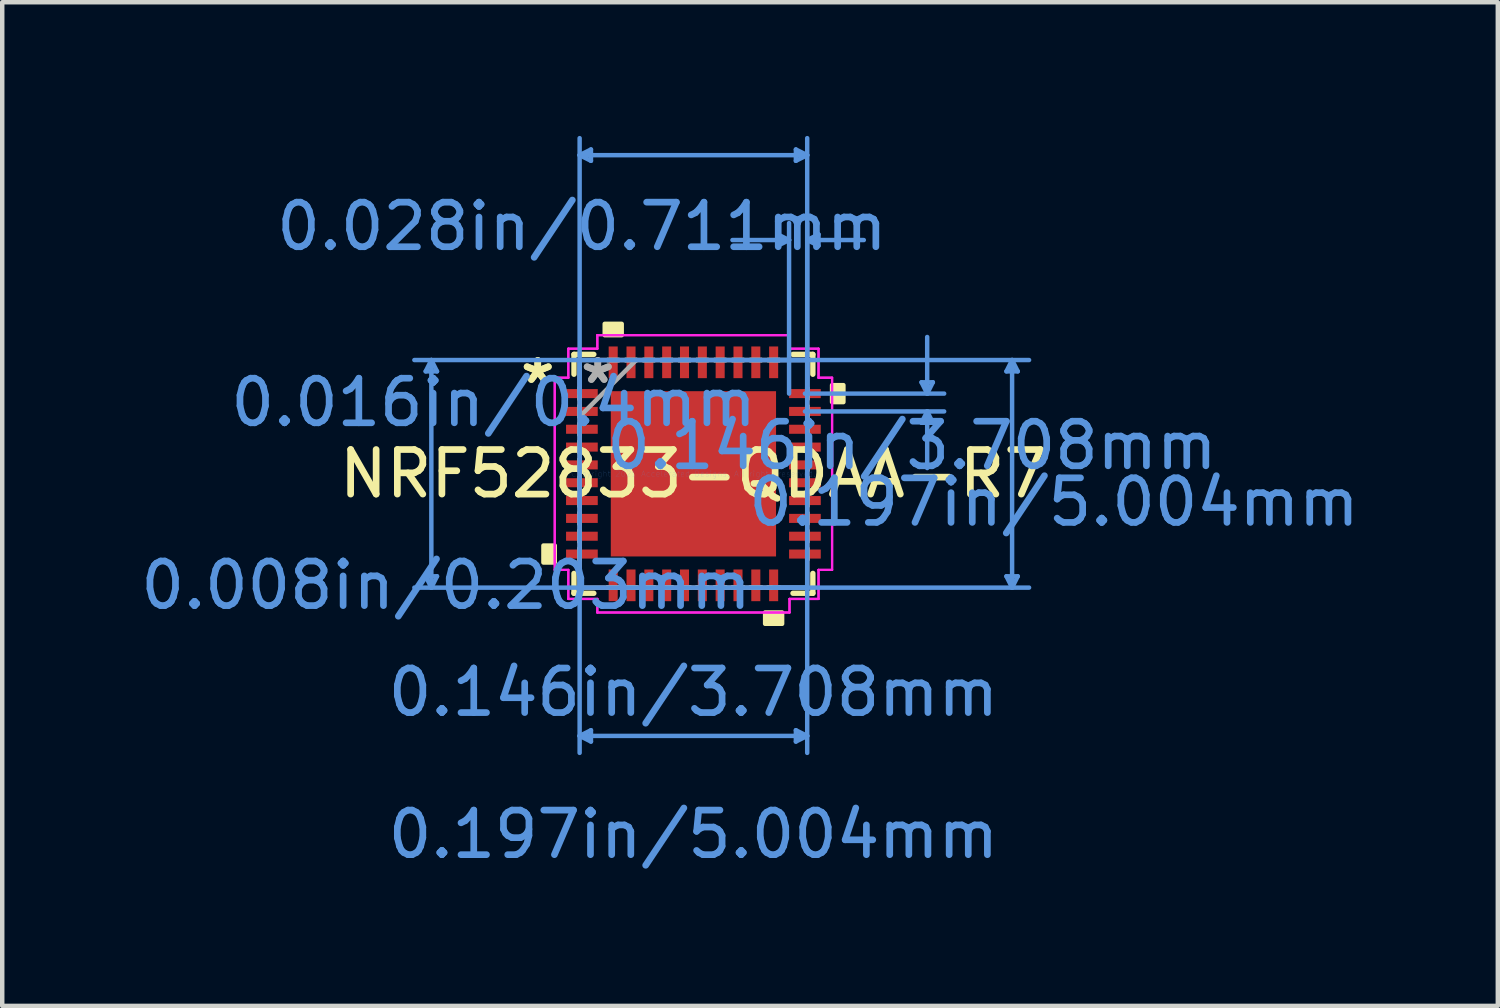
<source format=kicad_pcb>
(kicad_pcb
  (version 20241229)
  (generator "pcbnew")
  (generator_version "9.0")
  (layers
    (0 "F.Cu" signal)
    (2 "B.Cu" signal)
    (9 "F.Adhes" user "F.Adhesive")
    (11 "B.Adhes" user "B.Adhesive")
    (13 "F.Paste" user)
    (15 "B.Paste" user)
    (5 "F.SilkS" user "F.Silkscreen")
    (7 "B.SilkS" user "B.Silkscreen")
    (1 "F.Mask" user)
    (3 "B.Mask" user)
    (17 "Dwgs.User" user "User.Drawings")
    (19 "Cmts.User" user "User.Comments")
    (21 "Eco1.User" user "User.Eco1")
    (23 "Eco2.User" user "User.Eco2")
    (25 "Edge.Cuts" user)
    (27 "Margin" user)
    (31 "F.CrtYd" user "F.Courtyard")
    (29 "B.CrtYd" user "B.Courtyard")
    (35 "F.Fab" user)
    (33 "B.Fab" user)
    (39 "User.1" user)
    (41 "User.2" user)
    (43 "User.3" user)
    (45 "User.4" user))
  (footprint "NRF52833-QDAA-R7"
    (layer "F.Cu")
    (at 12.508 7.581)
    (property "Reference" "NRF52833-QDAA-R7" (at 0 0 0) (layer "F.SilkS") (effects (font (size 1 1) (thickness 0.15))))
    (attr through_hole)
    (fp_line (start -2.68 -2.68) (end -2.68 -2.234) (stroke (width 0.12) (type solid)) (layer "F.SilkS"))
    (fp_line (start -2.68 2.234) (end -2.68 2.68) (stroke (width 0.12) (type solid)) (layer "F.SilkS"))
    (fp_line (start -2.68 2.68) (end -2.234 2.68) (stroke (width 0.12) (type solid)) (layer "F.SilkS"))
    (fp_line (start -2.234 -2.68) (end -2.68 -2.68) (stroke (width 0.12) (type solid)) (layer "F.SilkS"))
    (fp_line (start 2.234 2.68) (end 2.68 2.68) (stroke (width 0.12) (type solid)) (layer "F.SilkS"))
    (fp_line (start 2.68 -2.68) (end 2.234 -2.68) (stroke (width 0.12) (type solid)) (layer "F.SilkS"))
    (fp_line (start 2.68 -2.234) (end 2.68 -2.68) (stroke (width 0.12) (type solid)) (layer "F.SilkS"))
    (fp_line (start 2.68 2.68) (end 2.68 2.234) (stroke (width 0.12) (type solid)) (layer "F.SilkS"))
    (fp_poly (pts (xy -3.365 1.609) (xy -3.365 1.99) (xy -3.111 1.99) (xy -3.111 1.609)) (stroke (width 0.1) (type solid)) (fill yes) (layer "F.SilkS"))
    (fp_poly (pts (xy -1.99 -3.111) (xy -1.99 -3.365) (xy -1.609 -3.365) (xy -1.609 -3.111)) (stroke (width 0.1) (type solid)) (fill yes) (layer "F.SilkS"))
    (fp_poly (pts (xy 1.609 3.111) (xy 1.609 3.365) (xy 1.99 3.365) (xy 1.99 3.111)) (stroke (width 0.1) (type solid)) (fill yes) (layer "F.SilkS"))
    (fp_poly (pts (xy 3.365 -1.99) (xy 3.365 -1.609) (xy 3.111 -1.609) (xy 3.111 -1.99)) (stroke (width 0.1) (type solid)) (fill yes) (layer "F.SilkS"))
    (fp_poly (pts (xy -1.754 -1.754) (xy -1.754 -0.1) (xy -0.1 -0.1) (xy -0.1 -1.754)) (stroke (width 0.1) (type solid)) (fill yes) (layer "F.Paste"))
    (fp_poly (pts (xy -1.754 0.1) (xy -1.754 1.754) (xy -0.1 1.754) (xy -0.1 0.1)) (stroke (width 0.1) (type solid)) (fill yes) (layer "F.Paste"))
    (fp_poly (pts (xy 0.1 -1.754) (xy 0.1 -0.1) (xy 1.754 -0.1) (xy 1.754 -1.754)) (stroke (width 0.1) (type solid)) (fill yes) (layer "F.Paste"))
    (fp_poly (pts (xy 0.1 0.1) (xy 0.1 1.754) (xy 1.754 1.754) (xy 1.754 0.1)) (stroke (width 0.1) (type solid)) (fill yes) (layer "F.Paste"))
    (fp_line (start -6.007 -2.299) (end -5.753 -2.299) (stroke (width 0.1) (type solid)) (layer "Cmts.User"))
    (fp_line (start -6.007 2.299) (end -5.753 2.299) (stroke (width 0.1) (type solid)) (layer "Cmts.User"))
    (fp_line (start -5.88 -2.553) (end -6.007 -2.299) (stroke (width 0.1) (type solid)) (layer "Cmts.User"))
    (fp_line (start -5.88 -2.553) (end -5.88 2.553) (stroke (width 0.1) (type solid)) (layer "Cmts.User"))
    (fp_line (start -5.88 -2.553) (end -5.753 -2.299) (stroke (width 0.1) (type solid)) (layer "Cmts.User"))
    (fp_line (start -5.88 2.553) (end -6.007 2.299) (stroke (width 0.1) (type solid)) (layer "Cmts.User"))
    (fp_line (start -5.88 2.553) (end -5.753 2.299) (stroke (width 0.1) (type solid)) (layer "Cmts.User"))
    (fp_line (start -2.553 -7.15) (end -2.299 -7.277) (stroke (width 0.1) (type solid)) (layer "Cmts.User"))
    (fp_line (start -2.553 -7.15) (end -2.299 -7.023) (stroke (width 0.1) (type solid)) (layer "Cmts.User"))
    (fp_line (start -2.553 -7.15) (end 2.553 -7.15) (stroke (width 0.1) (type solid)) (layer "Cmts.User"))
    (fp_line (start -2.553 -2.553) (end -2.553 6.261) (stroke (width 0.1) (type solid)) (layer "Cmts.User"))
    (fp_line (start -2.553 -1.8) (end -2.553 -7.531) (stroke (width 0.1) (type solid)) (layer "Cmts.User"))
    (fp_line (start -2.553 5.88) (end -2.299 5.753) (stroke (width 0.1) (type solid)) (layer "Cmts.User"))
    (fp_line (start -2.553 5.88) (end -2.299 6.007) (stroke (width 0.1) (type solid)) (layer "Cmts.User"))
    (fp_line (start -2.553 5.88) (end 2.553 5.88) (stroke (width 0.1) (type solid)) (layer "Cmts.User"))
    (fp_line (start -2.299 -7.277) (end -2.299 -7.023) (stroke (width 0.1) (type solid)) (layer "Cmts.User"))
    (fp_line (start -2.299 5.753) (end -2.299 6.007) (stroke (width 0.1) (type solid)) (layer "Cmts.User"))
    (fp_line (start 1.8 -2.553) (end 7.531 -2.553) (stroke (width 0.1) (type solid)) (layer "Cmts.User"))
    (fp_line (start 1.8 2.553) (end 7.531 2.553) (stroke (width 0.1) (type solid)) (layer "Cmts.User"))
    (fp_line (start 1.892 -5.372) (end 1.892 -5.118) (stroke (width 0.1) (type solid)) (layer "Cmts.User"))
    (fp_line (start 2.146 -5.245) (end 0.876 -5.245) (stroke (width 0.1) (type solid)) (layer "Cmts.User"))
    (fp_line (start 2.146 -5.245) (end 1.892 -5.372) (stroke (width 0.1) (type solid)) (layer "Cmts.User"))
    (fp_line (start 2.146 -5.245) (end 1.892 -5.118) (stroke (width 0.1) (type solid)) (layer "Cmts.User"))
    (fp_line (start 2.146 -1.8) (end 2.146 -5.626) (stroke (width 0.1) (type solid)) (layer "Cmts.User"))
    (fp_line (start 2.299 -7.277) (end 2.299 -7.023) (stroke (width 0.1) (type solid)) (layer "Cmts.User"))
    (fp_line (start 2.299 5.753) (end 2.299 6.007) (stroke (width 0.1) (type solid)) (layer "Cmts.User"))
    (fp_line (start 2.502 -1.8) (end 5.626 -1.8) (stroke (width 0.1) (type solid)) (layer "Cmts.User"))
    (fp_line (start 2.502 -1.4) (end 5.626 -1.4) (stroke (width 0.1) (type solid)) (layer "Cmts.User"))
    (fp_line (start 2.553 -7.15) (end 2.299 -7.277) (stroke (width 0.1) (type solid)) (layer "Cmts.User"))
    (fp_line (start 2.553 -7.15) (end 2.299 -7.023) (stroke (width 0.1) (type solid)) (layer "Cmts.User"))
    (fp_line (start 2.553 -5.245) (end 2.807 -5.372) (stroke (width 0.1) (type solid)) (layer "Cmts.User"))
    (fp_line (start 2.553 -5.245) (end 2.807 -5.118) (stroke (width 0.1) (type solid)) (layer "Cmts.User"))
    (fp_line (start 2.553 -5.245) (end 3.823 -5.245) (stroke (width 0.1) (type solid)) (layer "Cmts.User"))
    (fp_line (start 2.553 -2.553) (end -6.261 -2.553) (stroke (width 0.1) (type solid)) (layer "Cmts.User"))
    (fp_line (start 2.553 -2.553) (end 2.553 6.261) (stroke (width 0.1) (type solid)) (layer "Cmts.User"))
    (fp_line (start 2.553 -1.8) (end 2.553 -7.531) (stroke (width 0.1) (type solid)) (layer "Cmts.User"))
    (fp_line (start 2.553 -1.8) (end 2.553 -5.626) (stroke (width 0.1) (type solid)) (layer "Cmts.User"))
    (fp_line (start 2.553 2.553) (end -6.261 2.553) (stroke (width 0.1) (type solid)) (layer "Cmts.User"))
    (fp_line (start 2.553 5.88) (end 2.299 5.753) (stroke (width 0.1) (type solid)) (layer "Cmts.User"))
    (fp_line (start 2.553 5.88) (end 2.299 6.007) (stroke (width 0.1) (type solid)) (layer "Cmts.User"))
    (fp_line (start 2.807 -5.372) (end 2.807 -5.118) (stroke (width 0.1) (type solid)) (layer "Cmts.User"))
    (fp_line (start 5.118 -2.054) (end 5.372 -2.054) (stroke (width 0.1) (type solid)) (layer "Cmts.User"))
    (fp_line (start 5.118 -1.146) (end 5.372 -1.146) (stroke (width 0.1) (type solid)) (layer "Cmts.User"))
    (fp_line (start 5.245 -1.8) (end 5.118 -2.054) (stroke (width 0.1) (type solid)) (layer "Cmts.User"))
    (fp_line (start 5.245 -1.8) (end 5.245 -3.07) (stroke (width 0.1) (type solid)) (layer "Cmts.User"))
    (fp_line (start 5.245 -1.8) (end 5.372 -2.054) (stroke (width 0.1) (type solid)) (layer "Cmts.User"))
    (fp_line (start 5.245 -1.4) (end 5.118 -1.146) (stroke (width 0.1) (type solid)) (layer "Cmts.User"))
    (fp_line (start 5.245 -1.4) (end 5.245 -0.13) (stroke (width 0.1) (type solid)) (layer "Cmts.User"))
    (fp_line (start 5.245 -1.4) (end 5.372 -1.146) (stroke (width 0.1) (type solid)) (layer "Cmts.User"))
    (fp_line (start 7.023 -2.299) (end 7.277 -2.299) (stroke (width 0.1) (type solid)) (layer "Cmts.User"))
    (fp_line (start 7.023 2.299) (end 7.277 2.299) (stroke (width 0.1) (type solid)) (layer "Cmts.User"))
    (fp_line (start 7.15 -2.553) (end 7.023 -2.299) (stroke (width 0.1) (type solid)) (layer "Cmts.User"))
    (fp_line (start 7.15 -2.553) (end 7.15 2.553) (stroke (width 0.1) (type solid)) (layer "Cmts.User"))
    (fp_line (start 7.15 -2.553) (end 7.277 -2.299) (stroke (width 0.1) (type solid)) (layer "Cmts.User"))
    (fp_line (start 7.15 2.553) (end 7.023 2.299) (stroke (width 0.1) (type solid)) (layer "Cmts.User"))
    (fp_line (start 7.15 2.553) (end 7.277 2.299) (stroke (width 0.1) (type solid)) (layer "Cmts.User"))
    (fp_line (start -3.111 -2.156) (end -2.807 -2.156) (stroke (width 0.05) (type solid)) (layer "F.CrtYd"))
    (fp_line (start -3.111 -2.156) (end -2.807 -2.156) (stroke (width 0.05) (type solid)) (layer "F.CrtYd"))
    (fp_line (start -3.111 2.156) (end -3.111 -2.156) (stroke (width 0.05) (type solid)) (layer "F.CrtYd"))
    (fp_line (start -3.111 2.156) (end -3.111 -2.156) (stroke (width 0.05) (type solid)) (layer "F.CrtYd"))
    (fp_line (start -2.807 -2.807) (end -2.156 -2.807) (stroke (width 0.05) (type solid)) (layer "F.CrtYd"))
    (fp_line (start -2.807 -2.807) (end -2.156 -2.807) (stroke (width 0.05) (type solid)) (layer "F.CrtYd"))
    (fp_line (start -2.807 -2.156) (end -2.807 -2.807) (stroke (width 0.05) (type solid)) (layer "F.CrtYd"))
    (fp_line (start -2.807 -2.156) (end -2.807 -2.807) (stroke (width 0.05) (type solid)) (layer "F.CrtYd"))
    (fp_line (start -2.807 2.156) (end -3.111 2.156) (stroke (width 0.05) (type solid)) (layer "F.CrtYd"))
    (fp_line (start -2.807 2.156) (end -3.111 2.156) (stroke (width 0.05) (type solid)) (layer "F.CrtYd"))
    (fp_line (start -2.807 2.807) (end -2.807 2.156) (stroke (width 0.05) (type solid)) (layer "F.CrtYd"))
    (fp_line (start -2.807 2.807) (end -2.807 2.156) (stroke (width 0.05) (type solid)) (layer "F.CrtYd"))
    (fp_line (start -2.156 -3.111) (end 2.156 -3.111) (stroke (width 0.05) (type solid)) (layer "F.CrtYd"))
    (fp_line (start -2.156 -3.111) (end 2.156 -3.111) (stroke (width 0.05) (type solid)) (layer "F.CrtYd"))
    (fp_line (start -2.156 -2.807) (end -2.156 -3.111) (stroke (width 0.05) (type solid)) (layer "F.CrtYd"))
    (fp_line (start -2.156 -2.807) (end -2.156 -3.111) (stroke (width 0.05) (type solid)) (layer "F.CrtYd"))
    (fp_line (start -2.156 2.807) (end -2.807 2.807) (stroke (width 0.05) (type solid)) (layer "F.CrtYd"))
    (fp_line (start -2.156 2.807) (end -2.807 2.807) (stroke (width 0.05) (type solid)) (layer "F.CrtYd"))
    (fp_line (start -2.156 3.111) (end -2.156 2.807) (stroke (width 0.05) (type solid)) (layer "F.CrtYd"))
    (fp_line (start -2.156 3.111) (end -2.156 2.807) (stroke (width 0.05) (type solid)) (layer "F.CrtYd"))
    (fp_line (start 2.156 -3.111) (end 2.156 -2.807) (stroke (width 0.05) (type solid)) (layer "F.CrtYd"))
    (fp_line (start 2.156 -3.111) (end 2.156 -2.807) (stroke (width 0.05) (type solid)) (layer "F.CrtYd"))
    (fp_line (start 2.156 -2.807) (end 2.807 -2.807) (stroke (width 0.05) (type solid)) (layer "F.CrtYd"))
    (fp_line (start 2.156 -2.807) (end 2.807 -2.807) (stroke (width 0.05) (type solid)) (layer "F.CrtYd"))
    (fp_line (start 2.156 2.807) (end 2.156 3.111) (stroke (width 0.05) (type solid)) (layer "F.CrtYd"))
    (fp_line (start 2.156 2.807) (end 2.156 3.111) (stroke (width 0.05) (type solid)) (layer "F.CrtYd"))
    (fp_line (start 2.156 3.111) (end -2.156 3.111) (stroke (width 0.05) (type solid)) (layer "F.CrtYd"))
    (fp_line (start 2.156 3.111) (end -2.156 3.111) (stroke (width 0.05) (type solid)) (layer "F.CrtYd"))
    (fp_line (start 2.807 -2.807) (end 2.807 -2.156) (stroke (width 0.05) (type solid)) (layer "F.CrtYd"))
    (fp_line (start 2.807 -2.807) (end 2.807 -2.156) (stroke (width 0.05) (type solid)) (layer "F.CrtYd"))
    (fp_line (start 2.807 -2.156) (end 3.111 -2.156) (stroke (width 0.05) (type solid)) (layer "F.CrtYd"))
    (fp_line (start 2.807 -2.156) (end 3.111 -2.156) (stroke (width 0.05) (type solid)) (layer "F.CrtYd"))
    (fp_line (start 2.807 2.156) (end 2.807 2.807) (stroke (width 0.05) (type solid)) (layer "F.CrtYd"))
    (fp_line (start 2.807 2.156) (end 2.807 2.807) (stroke (width 0.05) (type solid)) (layer "F.CrtYd"))
    (fp_line (start 2.807 2.807) (end 2.156 2.807) (stroke (width 0.05) (type solid)) (layer "F.CrtYd"))
    (fp_line (start 2.807 2.807) (end 2.156 2.807) (stroke (width 0.05) (type solid)) (layer "F.CrtYd"))
    (fp_line (start 3.111 -2.156) (end 3.111 2.156) (stroke (width 0.05) (type solid)) (layer "F.CrtYd"))
    (fp_line (start 3.111 -2.156) (end 3.111 2.156) (stroke (width 0.05) (type solid)) (layer "F.CrtYd"))
    (fp_line (start 3.111 2.156) (end 2.807 2.156) (stroke (width 0.05) (type solid)) (layer "F.CrtYd"))
    (fp_line (start 3.111 2.156) (end 2.807 2.156) (stroke (width 0.05) (type solid)) (layer "F.CrtYd"))
    (fp_line (start -2.553 -2.553) (end -2.553 -2.553) (stroke (width 0.1) (type solid)) (layer "F.Fab"))
    (fp_line (start -2.553 -2.553) (end -2.553 2.553) (stroke (width 0.1) (type solid)) (layer "F.Fab"))
    (fp_line (start -2.553 -1.927) (end -2.553 -1.927) (stroke (width 0.1) (type solid)) (layer "F.Fab"))
    (fp_line (start -2.553 -1.927) (end -2.553 -1.673) (stroke (width 0.1) (type solid)) (layer "F.Fab"))
    (fp_line (start -2.553 -1.673) (end -2.553 -1.927) (stroke (width 0.1) (type solid)) (layer "F.Fab"))
    (fp_line (start -2.553 -1.673) (end -2.553 -1.673) (stroke (width 0.1) (type solid)) (layer "F.Fab"))
    (fp_line (start -2.553 -1.527) (end -2.553 -1.527) (stroke (width 0.1) (type solid)) (layer "F.Fab"))
    (fp_line (start -2.553 -1.527) (end -2.553 -1.273) (stroke (width 0.1) (type solid)) (layer "F.Fab"))
    (fp_line (start -2.553 -1.283) (end -1.283 -2.553) (stroke (width 0.1) (type solid)) (layer "F.Fab"))
    (fp_line (start -2.553 -1.273) (end -2.553 -1.527) (stroke (width 0.1) (type solid)) (layer "F.Fab"))
    (fp_line (start -2.553 -1.273) (end -2.553 -1.273) (stroke (width 0.1) (type solid)) (layer "F.Fab"))
    (fp_line (start -2.553 -1.127) (end -2.553 -1.127) (stroke (width 0.1) (type solid)) (layer "F.Fab"))
    (fp_line (start -2.553 -1.127) (end -2.553 -0.873) (stroke (width 0.1) (type solid)) (layer "F.Fab"))
    (fp_line (start -2.553 -0.873) (end -2.553 -1.127) (stroke (width 0.1) (type solid)) (layer "F.Fab"))
    (fp_line (start -2.553 -0.873) (end -2.553 -0.873) (stroke (width 0.1) (type solid)) (layer "F.Fab"))
    (fp_line (start -2.553 -0.727) (end -2.553 -0.727) (stroke (width 0.1) (type solid)) (layer "F.Fab"))
    (fp_line (start -2.553 -0.727) (end -2.553 -0.473) (stroke (width 0.1) (type solid)) (layer "F.Fab"))
    (fp_line (start -2.553 -0.473) (end -2.553 -0.727) (stroke (width 0.1) (type solid)) (layer "F.Fab"))
    (fp_line (start -2.553 -0.473) (end -2.553 -0.473) (stroke (width 0.1) (type solid)) (layer "F.Fab"))
    (fp_line (start -2.553 -0.327) (end -2.553 -0.327) (stroke (width 0.1) (type solid)) (layer "F.Fab"))
    (fp_line (start -2.553 -0.327) (end -2.553 -0.073) (stroke (width 0.1) (type solid)) (layer "F.Fab"))
    (fp_line (start -2.553 -0.073) (end -2.553 -0.327) (stroke (width 0.1) (type solid)) (layer "F.Fab"))
    (fp_line (start -2.553 -0.073) (end -2.553 -0.073) (stroke (width 0.1) (type solid)) (layer "F.Fab"))
    (fp_line (start -2.553 0.073) (end -2.553 0.073) (stroke (width 0.1) (type solid)) (layer "F.Fab"))
    (fp_line (start -2.553 0.073) (end -2.553 0.327) (stroke (width 0.1) (type solid)) (layer "F.Fab"))
    (fp_line (start -2.553 0.327) (end -2.553 0.073) (stroke (width 0.1) (type solid)) (layer "F.Fab"))
    (fp_line (start -2.553 0.327) (end -2.553 0.327) (stroke (width 0.1) (type solid)) (layer "F.Fab"))
    (fp_line (start -2.553 0.473) (end -2.553 0.473) (stroke (width 0.1) (type solid)) (layer "F.Fab"))
    (fp_line (start -2.553 0.473) (end -2.553 0.727) (stroke (width 0.1) (type solid)) (layer "F.Fab"))
    (fp_line (start -2.553 0.727) (end -2.553 0.473) (stroke (width 0.1) (type solid)) (layer "F.Fab"))
    (fp_line (start -2.553 0.727) (end -2.553 0.727) (stroke (width 0.1) (type solid)) (layer "F.Fab"))
    (fp_line (start -2.553 0.873) (end -2.553 0.873) (stroke (width 0.1) (type solid)) (layer "F.Fab"))
    (fp_line (start -2.553 0.873) (end -2.553 1.127) (stroke (width 0.1) (type solid)) (layer "F.Fab"))
    (fp_line (start -2.553 1.127) (end -2.553 0.873) (stroke (width 0.1) (type solid)) (layer "F.Fab"))
    (fp_line (start -2.553 1.127) (end -2.553 1.127) (stroke (width 0.1) (type solid)) (layer "F.Fab"))
    (fp_line (start -2.553 1.273) (end -2.553 1.273) (stroke (width 0.1) (type solid)) (layer "F.Fab"))
    (fp_line (start -2.553 1.273) (end -2.553 1.527) (stroke (width 0.1) (type solid)) (layer "F.Fab"))
    (fp_line (start -2.553 1.527) (end -2.553 1.273) (stroke (width 0.1) (type solid)) (layer "F.Fab"))
    (fp_line (start -2.553 1.527) (end -2.553 1.527) (stroke (width 0.1) (type solid)) (layer "F.Fab"))
    (fp_line (start -2.553 1.673) (end -2.553 1.673) (stroke (width 0.1) (type solid)) (layer "F.Fab"))
    (fp_line (start -2.553 1.673) (end -2.553 1.927) (stroke (width 0.1) (type solid)) (layer "F.Fab"))
    (fp_line (start -2.553 1.927) (end -2.553 1.673) (stroke (width 0.1) (type solid)) (layer "F.Fab"))
    (fp_line (start -2.553 1.927) (end -2.553 1.927) (stroke (width 0.1) (type solid)) (layer "F.Fab"))
    (fp_line (start -2.553 2.553) (end -2.553 2.553) (stroke (width 0.1) (type solid)) (layer "F.Fab"))
    (fp_line (start -2.553 2.553) (end 2.553 2.553) (stroke (width 0.1) (type solid)) (layer "F.Fab"))
    (fp_line (start -1.927 -2.553) (end -1.927 -2.553) (stroke (width 0.1) (type solid)) (layer "F.Fab"))
    (fp_line (start -1.927 -2.553) (end -1.673 -2.553) (stroke (width 0.1) (type solid)) (layer "F.Fab"))
    (fp_line (start -1.927 2.553) (end -1.927 2.553) (stroke (width 0.1) (type solid)) (layer "F.Fab"))
    (fp_line (start -1.927 2.553) (end -1.673 2.553) (stroke (width 0.1) (type solid)) (layer "F.Fab"))
    (fp_line (start -1.673 -2.553) (end -1.927 -2.553) (stroke (width 0.1) (type solid)) (layer "F.Fab"))
    (fp_line (start -1.673 -2.553) (end -1.673 -2.553) (stroke (width 0.1) (type solid)) (layer "F.Fab"))
    (fp_line (start -1.673 2.553) (end -1.927 2.553) (stroke (width 0.1) (type solid)) (layer "F.Fab"))
    (fp_line (start -1.673 2.553) (end -1.673 2.553) (stroke (width 0.1) (type solid)) (layer "F.Fab"))
    (fp_line (start -1.527 -2.553) (end -1.527 -2.553) (stroke (width 0.1) (type solid)) (layer "F.Fab"))
    (fp_line (start -1.527 -2.553) (end -1.273 -2.553) (stroke (width 0.1) (type solid)) (layer "F.Fab"))
    (fp_line (start -1.527 2.553) (end -1.527 2.553) (stroke (width 0.1) (type solid)) (layer "F.Fab"))
    (fp_line (start -1.527 2.553) (end -1.273 2.553) (stroke (width 0.1) (type solid)) (layer "F.Fab"))
    (fp_line (start -1.273 -2.553) (end -1.527 -2.553) (stroke (width 0.1) (type solid)) (layer "F.Fab"))
    (fp_line (start -1.273 -2.553) (end -1.273 -2.553) (stroke (width 0.1) (type solid)) (layer "F.Fab"))
    (fp_line (start -1.273 2.553) (end -1.527 2.553) (stroke (width 0.1) (type solid)) (layer "F.Fab"))
    (fp_line (start -1.273 2.553) (end -1.273 2.553) (stroke (width 0.1) (type solid)) (layer "F.Fab"))
    (fp_line (start -1.127 -2.553) (end -1.127 -2.553) (stroke (width 0.1) (type solid)) (layer "F.Fab"))
    (fp_line (start -1.127 -2.553) (end -0.873 -2.553) (stroke (width 0.1) (type solid)) (layer "F.Fab"))
    (fp_line (start -1.127 2.553) (end -1.127 2.553) (stroke (width 0.1) (type solid)) (layer "F.Fab"))
    (fp_line (start -1.127 2.553) (end -0.873 2.553) (stroke (width 0.1) (type solid)) (layer "F.Fab"))
    (fp_line (start -0.873 -2.553) (end -1.127 -2.553) (stroke (width 0.1) (type solid)) (layer "F.Fab"))
    (fp_line (start -0.873 -2.553) (end -0.873 -2.553) (stroke (width 0.1) (type solid)) (layer "F.Fab"))
    (fp_line (start -0.873 2.553) (end -1.127 2.553) (stroke (width 0.1) (type solid)) (layer "F.Fab"))
    (fp_line (start -0.873 2.553) (end -0.873 2.553) (stroke (width 0.1) (type solid)) (layer "F.Fab"))
    (fp_line (start -0.727 -2.553) (end -0.727 -2.553) (stroke (width 0.1) (type solid)) (layer "F.Fab"))
    (fp_line (start -0.727 -2.553) (end -0.473 -2.553) (stroke (width 0.1) (type solid)) (layer "F.Fab"))
    (fp_line (start -0.727 2.553) (end -0.727 2.553) (stroke (width 0.1) (type solid)) (layer "F.Fab"))
    (fp_line (start -0.727 2.553) (end -0.473 2.553) (stroke (width 0.1) (type solid)) (layer "F.Fab"))
    (fp_line (start -0.473 -2.553) (end -0.727 -2.553) (stroke (width 0.1) (type solid)) (layer "F.Fab"))
    (fp_line (start -0.473 -2.553) (end -0.473 -2.553) (stroke (width 0.1) (type solid)) (layer "F.Fab"))
    (fp_line (start -0.473 2.553) (end -0.727 2.553) (stroke (width 0.1) (type solid)) (layer "F.Fab"))
    (fp_line (start -0.473 2.553) (end -0.473 2.553) (stroke (width 0.1) (type solid)) (layer "F.Fab"))
    (fp_line (start -0.327 -2.553) (end -0.327 -2.553) (stroke (width 0.1) (type solid)) (layer "F.Fab"))
    (fp_line (start -0.327 -2.553) (end -0.073 -2.553) (stroke (width 0.1) (type solid)) (layer "F.Fab"))
    (fp_line (start -0.327 2.553) (end -0.327 2.553) (stroke (width 0.1) (type solid)) (layer "F.Fab"))
    (fp_line (start -0.327 2.553) (end -0.073 2.553) (stroke (width 0.1) (type solid)) (layer "F.Fab"))
    (fp_line (start -0.073 -2.553) (end -0.327 -2.553) (stroke (width 0.1) (type solid)) (layer "F.Fab"))
    (fp_line (start -0.073 -2.553) (end -0.073 -2.553) (stroke (width 0.1) (type solid)) (layer "F.Fab"))
    (fp_line (start -0.073 2.553) (end -0.327 2.553) (stroke (width 0.1) (type solid)) (layer "F.Fab"))
    (fp_line (start -0.073 2.553) (end -0.073 2.553) (stroke (width 0.1) (type solid)) (layer "F.Fab"))
    (fp_line (start 0.073 -2.553) (end 0.073 -2.553) (stroke (width 0.1) (type solid)) (layer "F.Fab"))
    (fp_line (start 0.073 -2.553) (end 0.327 -2.553) (stroke (width 0.1) (type solid)) (layer "F.Fab"))
    (fp_line (start 0.073 2.553) (end 0.073 2.553) (stroke (width 0.1) (type solid)) (layer "F.Fab"))
    (fp_line (start 0.073 2.553) (end 0.327 2.553) (stroke (width 0.1) (type solid)) (layer "F.Fab"))
    (fp_line (start 0.327 -2.553) (end 0.073 -2.553) (stroke (width 0.1) (type solid)) (layer "F.Fab"))
    (fp_line (start 0.327 -2.553) (end 0.327 -2.553) (stroke (width 0.1) (type solid)) (layer "F.Fab"))
    (fp_line (start 0.327 2.553) (end 0.073 2.553) (stroke (width 0.1) (type solid)) (layer "F.Fab"))
    (fp_line (start 0.327 2.553) (end 0.327 2.553) (stroke (width 0.1) (type solid)) (layer "F.Fab"))
    (fp_line (start 0.473 -2.553) (end 0.473 -2.553) (stroke (width 0.1) (type solid)) (layer "F.Fab"))
    (fp_line (start 0.473 -2.553) (end 0.727 -2.553) (stroke (width 0.1) (type solid)) (layer "F.Fab"))
    (fp_line (start 0.473 2.553) (end 0.473 2.553) (stroke (width 0.1) (type solid)) (layer "F.Fab"))
    (fp_line (start 0.473 2.553) (end 0.727 2.553) (stroke (width 0.1) (type solid)) (layer "F.Fab"))
    (fp_line (start 0.727 -2.553) (end 0.473 -2.553) (stroke (width 0.1) (type solid)) (layer "F.Fab"))
    (fp_line (start 0.727 -2.553) (end 0.727 -2.553) (stroke (width 0.1) (type solid)) (layer "F.Fab"))
    (fp_line (start 0.727 2.553) (end 0.473 2.553) (stroke (width 0.1) (type solid)) (layer "F.Fab"))
    (fp_line (start 0.727 2.553) (end 0.727 2.553) (stroke (width 0.1) (type solid)) (layer "F.Fab"))
    (fp_line (start 0.873 -2.553) (end 0.873 -2.553) (stroke (width 0.1) (type solid)) (layer "F.Fab"))
    (fp_line (start 0.873 -2.553) (end 1.127 -2.553) (stroke (width 0.1) (type solid)) (layer "F.Fab"))
    (fp_line (start 0.873 2.553) (end 0.873 2.553) (stroke (width 0.1) (type solid)) (layer "F.Fab"))
    (fp_line (start 0.873 2.553) (end 1.127 2.553) (stroke (width 0.1) (type solid)) (layer "F.Fab"))
    (fp_line (start 1.127 -2.553) (end 0.873 -2.553) (stroke (width 0.1) (type solid)) (layer "F.Fab"))
    (fp_line (start 1.127 -2.553) (end 1.127 -2.553) (stroke (width 0.1) (type solid)) (layer "F.Fab"))
    (fp_line (start 1.127 2.553) (end 0.873 2.553) (stroke (width 0.1) (type solid)) (layer "F.Fab"))
    (fp_line (start 1.127 2.553) (end 1.127 2.553) (stroke (width 0.1) (type solid)) (layer "F.Fab"))
    (fp_line (start 1.273 -2.553) (end 1.273 -2.553) (stroke (width 0.1) (type solid)) (layer "F.Fab"))
    (fp_line (start 1.273 -2.553) (end 1.527 -2.553) (stroke (width 0.1) (type solid)) (layer "F.Fab"))
    (fp_line (start 1.273 2.553) (end 1.273 2.553) (stroke (width 0.1) (type solid)) (layer "F.Fab"))
    (fp_line (start 1.273 2.553) (end 1.527 2.553) (stroke (width 0.1) (type solid)) (layer "F.Fab"))
    (fp_line (start 1.527 -2.553) (end 1.273 -2.553) (stroke (width 0.1) (type solid)) (layer "F.Fab"))
    (fp_line (start 1.527 -2.553) (end 1.527 -2.553) (stroke (width 0.1) (type solid)) (layer "F.Fab"))
    (fp_line (start 1.527 2.553) (end 1.273 2.553) (stroke (width 0.1) (type solid)) (layer "F.Fab"))
    (fp_line (start 1.527 2.553) (end 1.527 2.553) (stroke (width 0.1) (type solid)) (layer "F.Fab"))
    (fp_line (start 1.673 -2.553) (end 1.673 -2.553) (stroke (width 0.1) (type solid)) (layer "F.Fab"))
    (fp_line (start 1.673 -2.553) (end 1.927 -2.553) (stroke (width 0.1) (type solid)) (layer "F.Fab"))
    (fp_line (start 1.673 2.553) (end 1.673 2.553) (stroke (width 0.1) (type solid)) (layer "F.Fab"))
    (fp_line (start 1.673 2.553) (end 1.927 2.553) (stroke (width 0.1) (type solid)) (layer "F.Fab"))
    (fp_line (start 1.927 -2.553) (end 1.673 -2.553) (stroke (width 0.1) (type solid)) (layer "F.Fab"))
    (fp_line (start 1.927 -2.553) (end 1.927 -2.553) (stroke (width 0.1) (type solid)) (layer "F.Fab"))
    (fp_line (start 1.927 2.553) (end 1.673 2.553) (stroke (width 0.1) (type solid)) (layer "F.Fab"))
    (fp_line (start 1.927 2.553) (end 1.927 2.553) (stroke (width 0.1) (type solid)) (layer "F.Fab"))
    (fp_line (start 2.553 -2.553) (end -2.553 -2.553) (stroke (width 0.1) (type solid)) (layer "F.Fab"))
    (fp_line (start 2.553 -2.553) (end 2.553 -2.553) (stroke (width 0.1) (type solid)) (layer "F.Fab"))
    (fp_line (start 2.553 -1.927) (end 2.553 -1.927) (stroke (width 0.1) (type solid)) (layer "F.Fab"))
    (fp_line (start 2.553 -1.927) (end 2.553 -1.673) (stroke (width 0.1) (type solid)) (layer "F.Fab"))
    (fp_line (start 2.553 -1.673) (end 2.553 -1.927) (stroke (width 0.1) (type solid)) (layer "F.Fab"))
    (fp_line (start 2.553 -1.673) (end 2.553 -1.673) (stroke (width 0.1) (type solid)) (layer "F.Fab"))
    (fp_line (start 2.553 -1.527) (end 2.553 -1.527) (stroke (width 0.1) (type solid)) (layer "F.Fab"))
    (fp_line (start 2.553 -1.527) (end 2.553 -1.273) (stroke (width 0.1) (type solid)) (layer "F.Fab"))
    (fp_line (start 2.553 -1.273) (end 2.553 -1.527) (stroke (width 0.1) (type solid)) (layer "F.Fab"))
    (fp_line (start 2.553 -1.273) (end 2.553 -1.273) (stroke (width 0.1) (type solid)) (layer "F.Fab"))
    (fp_line (start 2.553 -1.127) (end 2.553 -1.127) (stroke (width 0.1) (type solid)) (layer "F.Fab"))
    (fp_line (start 2.553 -1.127) (end 2.553 -0.873) (stroke (width 0.1) (type solid)) (layer "F.Fab"))
    (fp_line (start 2.553 -0.873) (end 2.553 -1.127) (stroke (width 0.1) (type solid)) (layer "F.Fab"))
    (fp_line (start 2.553 -0.873) (end 2.553 -0.873) (stroke (width 0.1) (type solid)) (layer "F.Fab"))
    (fp_line (start 2.553 -0.727) (end 2.553 -0.727) (stroke (width 0.1) (type solid)) (layer "F.Fab"))
    (fp_line (start 2.553 -0.727) (end 2.553 -0.473) (stroke (width 0.1) (type solid)) (layer "F.Fab"))
    (fp_line (start 2.553 -0.473) (end 2.553 -0.727) (stroke (width 0.1) (type solid)) (layer "F.Fab"))
    (fp_line (start 2.553 -0.473) (end 2.553 -0.473) (stroke (width 0.1) (type solid)) (layer "F.Fab"))
    (fp_line (start 2.553 -0.327) (end 2.553 -0.327) (stroke (width 0.1) (type solid)) (layer "F.Fab"))
    (fp_line (start 2.553 -0.327) (end 2.553 -0.073) (stroke (width 0.1) (type solid)) (layer "F.Fab"))
    (fp_line (start 2.553 -0.073) (end 2.553 -0.327) (stroke (width 0.1) (type solid)) (layer "F.Fab"))
    (fp_line (start 2.553 -0.073) (end 2.553 -0.073) (stroke (width 0.1) (type solid)) (layer "F.Fab"))
    (fp_line (start 2.553 0.073) (end 2.553 0.073) (stroke (width 0.1) (type solid)) (layer "F.Fab"))
    (fp_line (start 2.553 0.073) (end 2.553 0.327) (stroke (width 0.1) (type solid)) (layer "F.Fab"))
    (fp_line (start 2.553 0.327) (end 2.553 0.073) (stroke (width 0.1) (type solid)) (layer "F.Fab"))
    (fp_line (start 2.553 0.327) (end 2.553 0.327) (stroke (width 0.1) (type solid)) (layer "F.Fab"))
    (fp_line (start 2.553 0.473) (end 2.553 0.473) (stroke (width 0.1) (type solid)) (layer "F.Fab"))
    (fp_line (start 2.553 0.473) (end 2.553 0.727) (stroke (width 0.1) (type solid)) (layer "F.Fab"))
    (fp_line (start 2.553 0.727) (end 2.553 0.473) (stroke (width 0.1) (type solid)) (layer "F.Fab"))
    (fp_line (start 2.553 0.727) (end 2.553 0.727) (stroke (width 0.1) (type solid)) (layer "F.Fab"))
    (fp_line (start 2.553 0.873) (end 2.553 0.873) (stroke (width 0.1) (type solid)) (layer "F.Fab"))
    (fp_line (start 2.553 0.873) (end 2.553 1.127) (stroke (width 0.1) (type solid)) (layer "F.Fab"))
    (fp_line (start 2.553 1.127) (end 2.553 0.873) (stroke (width 0.1) (type solid)) (layer "F.Fab"))
    (fp_line (start 2.553 1.127) (end 2.553 1.127) (stroke (width 0.1) (type solid)) (layer "F.Fab"))
    (fp_line (start 2.553 1.273) (end 2.553 1.273) (stroke (width 0.1) (type solid)) (layer "F.Fab"))
    (fp_line (start 2.553 1.273) (end 2.553 1.527) (stroke (width 0.1) (type solid)) (layer "F.Fab"))
    (fp_line (start 2.553 1.527) (end 2.553 1.273) (stroke (width 0.1) (type solid)) (layer "F.Fab"))
    (fp_line (start 2.553 1.527) (end 2.553 1.527) (stroke (width 0.1) (type solid)) (layer "F.Fab"))
    (fp_line (start 2.553 1.673) (end 2.553 1.673) (stroke (width 0.1) (type solid)) (layer "F.Fab"))
    (fp_line (start 2.553 1.673) (end 2.553 1.927) (stroke (width 0.1) (type solid)) (layer "F.Fab"))
    (fp_line (start 2.553 1.927) (end 2.553 1.673) (stroke (width 0.1) (type solid)) (layer "F.Fab"))
    (fp_line (start 2.553 1.927) (end 2.553 1.927) (stroke (width 0.1) (type solid)) (layer "F.Fab"))
    (fp_line (start 2.553 2.553) (end 2.553 -2.553) (stroke (width 0.1) (type solid)) (layer "F.Fab"))
    (fp_line (start 2.553 2.553) (end 2.553 2.553) (stroke (width 0.1) (type solid)) (layer "F.Fab"))
    (fp_text user "*" (at -3.493 -2 0) (layer "F.SilkS") (effects (font (size 1 1) (thickness 0.15))))
    (fp_text user "*" (at -3.493 -2 0) (layer "F.SilkS") (effects (font (size 1 1) (thickness 0.15))))
    (fp_text user "0.197in/5.004mm" (at 0 8.09 0) (layer "Cmts.User") (effects (font (size 1 1) (thickness 0.15))))
    (fp_text user "0.028in/0.711mm" (at -2.502 -5.55 0) (layer "Cmts.User") (effects (font (size 1 1) (thickness 0.15))))
    (fp_text user "0.008in/0.203mm" (at -5.55 2.502 0) (layer "Cmts.User") (effects (font (size 1 1) (thickness 0.15))))
    (fp_text user "0.146in/3.708mm" (at 0 4.902 0) (layer "Cmts.User") (effects (font (size 1 1) (thickness 0.15))))
    (fp_text user "Copyright 2021 Accelerated Designs. All rights reserved." (at 0 0 0) (layer "Cmts.User") (effects (font (size 0.127 0.127) (thickness 0.002))))
    (fp_text user "0.146in/3.708mm" (at 4.902 -0.635 0) (layer "Cmts.User") (effects (font (size 1 1) (thickness 0.15))))
    (fp_text user "0.197in/5.004mm" (at 8.09 0.635 0) (layer "Cmts.User") (effects (font (size 1 1) (thickness 0.15))))
    (fp_text user "0.016in/0.4mm" (at -4.483 -1.6 0) (layer "Cmts.User") (effects (font (size 1 1) (thickness 0.15))))
    (fp_text user "*" (at -2.146 -2 0) (layer "F.Fab") (effects (font (size 1 1) (thickness 0.15))))
    (fp_text user "*" (at -2.146 -2 0) (layer "F.Fab") (effects (font (size 1 1) (thickness 0.15))))
    (pad "1" smd rect (at -2.502 -1.8 90) (size 0.203 0.711) (layers "F.Cu" "F.Mask" "F.Paste"))
    (pad "2" smd rect (at -2.502 -1.4 90) (size 0.203 0.711) (layers "F.Cu" "F.Mask" "F.Paste"))
    (pad "3" smd rect (at -2.502 -1 90) (size 0.203 0.711) (layers "F.Cu" "F.Mask" "F.Paste"))
    (pad "4" smd rect (at -2.502 -0.6 90) (size 0.203 0.711) (layers "F.Cu" "F.Mask" "F.Paste"))
    (pad "5" smd rect (at -2.502 -0.2 90) (size 0.203 0.711) (layers "F.Cu" "F.Mask" "F.Paste"))
    (pad "6" smd rect (at -2.502 0.2 90) (size 0.203 0.711) (layers "F.Cu" "F.Mask" "F.Paste"))
    (pad "7" smd rect (at -2.502 0.6 90) (size 0.203 0.711) (layers "F.Cu" "F.Mask" "F.Paste"))
    (pad "8" smd rect (at -2.502 1 90) (size 0.203 0.711) (layers "F.Cu" "F.Mask" "F.Paste"))
    (pad "9" smd rect (at -2.502 1.4 90) (size 0.203 0.711) (layers "F.Cu" "F.Mask" "F.Paste"))
    (pad "10" smd rect (at -2.502 1.8 90) (size 0.203 0.711) (layers "F.Cu" "F.Mask" "F.Paste"))
    (pad "11" smd rect (at -1.8 2.502) (size 0.203 0.711) (layers "F.Cu" "F.Mask" "F.Paste"))
    (pad "12" smd rect (at -1.4 2.502) (size 0.203 0.711) (layers "F.Cu" "F.Mask" "F.Paste"))
    (pad "13" smd rect (at -1 2.502) (size 0.203 0.711) (layers "F.Cu" "F.Mask" "F.Paste"))
    (pad "14" smd rect (at -0.6 2.502) (size 0.203 0.711) (layers "F.Cu" "F.Mask" "F.Paste"))
    (pad "15" smd rect (at -0.2 2.502) (size 0.203 0.711) (layers "F.Cu" "F.Mask" "F.Paste"))
    (pad "16" smd rect (at 0.2 2.502) (size 0.203 0.711) (layers "F.Cu" "F.Mask" "F.Paste"))
    (pad "17" smd rect (at 0.6 2.502) (size 0.203 0.711) (layers "F.Cu" "F.Mask" "F.Paste"))
    (pad "18" smd rect (at 1 2.502) (size 0.203 0.711) (layers "F.Cu" "F.Mask" "F.Paste"))
    (pad "19" smd rect (at 1.4 2.502) (size 0.203 0.711) (layers "F.Cu" "F.Mask" "F.Paste"))
    (pad "20" smd rect (at 1.8 2.502) (size 0.203 0.711) (layers "F.Cu" "F.Mask" "F.Paste"))
    (pad "21" smd rect (at 2.502 1.8 90) (size 0.203 0.711) (layers "F.Cu" "F.Mask" "F.Paste"))
    (pad "22" smd rect (at 2.502 1.4 90) (size 0.203 0.711) (layers "F.Cu" "F.Mask" "F.Paste"))
    (pad "23" smd rect (at 2.502 1 90) (size 0.203 0.711) (layers "F.Cu" "F.Mask" "F.Paste"))
    (pad "24" smd rect (at 2.502 0.6 90) (size 0.203 0.711) (layers "F.Cu" "F.Mask" "F.Paste"))
    (pad "25" smd rect (at 2.502 0.2 90) (size 0.203 0.711) (layers "F.Cu" "F.Mask" "F.Paste"))
    (pad "26" smd rect (at 2.502 -0.2 90) (size 0.203 0.711) (layers "F.Cu" "F.Mask" "F.Paste"))
    (pad "27" smd rect (at 2.502 -0.6 90) (size 0.203 0.711) (layers "F.Cu" "F.Mask" "F.Paste"))
    (pad "28" smd rect (at 2.502 -1 90) (size 0.203 0.711) (layers "F.Cu" "F.Mask" "F.Paste"))
    (pad "29" smd rect (at 2.502 -1.4 90) (size 0.203 0.711) (layers "F.Cu" "F.Mask" "F.Paste"))
    (pad "30" smd rect (at 2.502 -1.8 90) (size 0.203 0.711) (layers "F.Cu" "F.Mask" "F.Paste"))
    (pad "31" smd rect (at 1.8 -2.502) (size 0.203 0.711) (layers "F.Cu" "F.Mask" "F.Paste"))
    (pad "32" smd rect (at 1.4 -2.502) (size 0.203 0.711) (layers "F.Cu" "F.Mask" "F.Paste"))
    (pad "33" smd rect (at 1 -2.502) (size 0.203 0.711) (layers "F.Cu" "F.Mask" "F.Paste"))
    (pad "34" smd rect (at 0.6 -2.502) (size 0.203 0.711) (layers "F.Cu" "F.Mask" "F.Paste"))
    (pad "35" smd rect (at 0.2 -2.502) (size 0.203 0.711) (layers "F.Cu" "F.Mask" "F.Paste"))
    (pad "36" smd rect (at -0.2 -2.502) (size 0.203 0.711) (layers "F.Cu" "F.Mask" "F.Paste"))
    (pad "37" smd rect (at -0.6 -2.502) (size 0.203 0.711) (layers "F.Cu" "F.Mask" "F.Paste"))
    (pad "38" smd rect (at -1 -2.502) (size 0.203 0.711) (layers "F.Cu" "F.Mask" "F.Paste"))
    (pad "39" smd rect (at -1.4 -2.502) (size 0.203 0.711) (layers "F.Cu" "F.Mask" "F.Paste"))
    (pad "40" smd rect (at -1.8 -2.502) (size 0.203 0.711) (layers "F.Cu" "F.Mask" "F.Paste"))
    (pad "41" smd rect (at 0 0) (size 3.708 3.708) (layers "F.Cu" "F.Mask")))
  (gr_rect
    (start -3 -3)
    (end 30.556 19.519)
    (stroke (width 0.1) (type default))
    (fill no)
    (layer "Edge.Cuts")))
</source>
